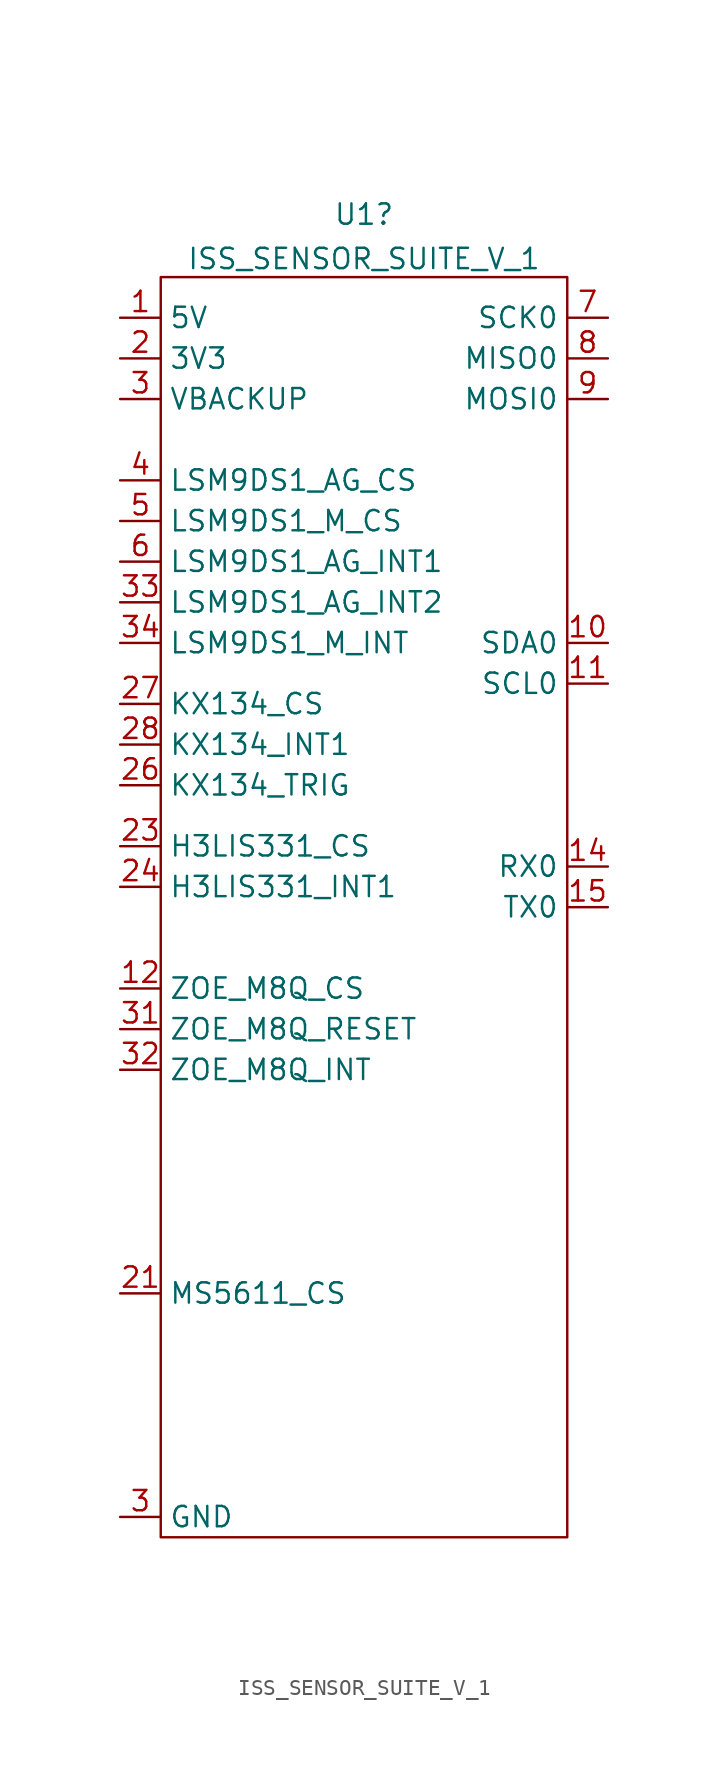
<source format=kicad_sym>
(kicad_symbol_lib
  (version 20211014)
  (generator kicad_symbol_editor)
  (symbol "ISS_SENSOR_SUITE_V_1"
    (property "Reference" "U1"
      (at 0 26.776 0)
      (effects (font (size 1.27 1.27))))
    (property "Value" "ISS_SENSOR_SUITE_V_1"
      (at 0 24.001 0)
      (effects (font (size 1.27 1.27))))
    (symbol "ISS_SENSOR_SUITE_V_1_0_1"
      (rectangle (start -12.7 22.86) (end 12.7 -55.88) (stroke (width 0.152) (type default) (color 0 0 0 0)) (fill (type none))))
    (symbol "ISS_SENSOR_SUITE_V_1_1_1"
      (pin power_in line (at -15.24 20.32 0) (length 2.54) (name "5V" (effects (font (size 1.27 1.27)))) (number "1" (effects (font (size 1.27 1.27)))))
      (pin bidirectional line (at 15.24 0 180) (length 2.54) (name "SDA0" (effects (font (size 1.27 1.27)))) (number "10" (effects (font (size 1.27 1.27)))))
      (pin input line (at 15.24 -2.54 180) (length 2.54) (name "SCL0" (effects (font (size 1.27 1.27)))) (number "11" (effects (font (size 1.27 1.27)))))
      (pin input line (at -15.24 -21.59 0) (length 2.54) (name "ZOE_M8Q_CS" (effects (font (size 1.27 1.27)))) (number "12" (effects (font (size 1.27 1.27)))))
      (pin input line (at 15.24 -13.97 180) (length 2.54) (name "RX0" (effects (font (size 1.27 1.27)))) (number "14" (effects (font (size 1.27 1.27)))))
      (pin output line (at 15.24 -16.51 180) (length 2.54) (name "TX0" (effects (font (size 1.27 1.27)))) (number "15" (effects (font (size 1.27 1.27)))))
      (pin power_in line (at -15.24 17.78 0) (length 2.54) (name "3V3" (effects (font (size 1.27 1.27)))) (number "2" (effects (font (size 1.27 1.27)))))
      (pin input line (at -15.24 -40.64 0) (length 2.54) (name "MS5611_CS" (effects (font (size 1.27 1.27)))) (number "21" (effects (font (size 1.27 1.27)))))
      (pin input line (at -15.24 -12.7 0) (length 2.54) (name "H3LIS331_CS" (effects (font (size 1.27 1.27)))) (number "23" (effects (font (size 1.27 1.27)))))
      (pin output line (at -15.24 -15.24 0) (length 2.54) (name "H3LIS331_INT1" (effects (font (size 1.27 1.27)))) (number "24" (effects (font (size 1.27 1.27)))))
      (pin output line (at -15.24 -8.89 0) (length 2.54) (name "KX134_TRIG" (effects (font (size 1.27 1.27)))) (number "26" (effects (font (size 1.27 1.27)))))
      (pin input line (at -15.24 -3.81 0) (length 2.54) (name "KX134_CS" (effects (font (size 1.27 1.27)))) (number "27" (effects (font (size 1.27 1.27)))))
      (pin output line (at -15.24 -6.35 0) (length 2.54) (name "KX134_INT1" (effects (font (size 1.27 1.27)))) (number "28" (effects (font (size 1.27 1.27)))))
      (pin input line (at -15.24 -54.61 0) (length 2.54) (name "GND" (effects (font (size 1.27 1.27)))) (number "3" (effects (font (size 1.27 1.27)))))
      (pin power_in line (at -15.24 15.24 0) (length 2.54) (name "VBACKUP" (effects (font (size 1.27 1.27)))) (number "3" (effects (font (size 1.27 1.27)))))
      (pin input line (at -15.24 -24.13 0) (length 2.54) (name "ZOE_M8Q_RESET" (effects (font (size 1.27 1.27)))) (number "31" (effects (font (size 1.27 1.27)))))
      (pin input line (at -15.24 -26.67 0) (length 2.54) (name "ZOE_M8Q_INT" (effects (font (size 1.27 1.27)))) (number "32" (effects (font (size 1.27 1.27)))))
      (pin output line (at -15.24 2.54 0) (length 2.54) (name "LSM9DS1_AG_INT2" (effects (font (size 1.27 1.27)))) (number "33" (effects (font (size 1.27 1.27)))))
      (pin output line (at -15.24 0 0) (length 2.54) (name "LSM9DS1_M_INT" (effects (font (size 1.27 1.27)))) (number "34" (effects (font (size 1.27 1.27)))))
      (pin input line (at -15.24 10.16 0) (length 2.54) (name "LSM9DS1_AG_CS" (effects (font (size 1.27 1.27)))) (number "4" (effects (font (size 1.27 1.27)))))
      (pin input line (at -15.24 7.62 0) (length 2.54) (name "LSM9DS1_M_CS" (effects (font (size 1.27 1.27)))) (number "5" (effects (font (size 1.27 1.27)))))
      (pin output line (at -15.24 5.08 0) (length 2.54) (name "LSM9DS1_AG_INT1" (effects (font (size 1.27 1.27)))) (number "6" (effects (font (size 1.27 1.27)))))
      (pin input line (at 15.24 20.32 180) (length 2.54) (name "SCK0" (effects (font (size 1.27 1.27)))) (number "7" (effects (font (size 1.27 1.27)))))
      (pin output line (at 15.24 17.78 180) (length 2.54) (name "MISO0" (effects (font (size 1.27 1.27)))) (number "8" (effects (font (size 1.27 1.27)))))
      (pin input line (at 15.24 15.24 180) (length 2.54) (name "MOSI0" (effects (font (size 1.27 1.27)))) (number "9" (effects (font (size 1.27 1.27))))))))
</source>
